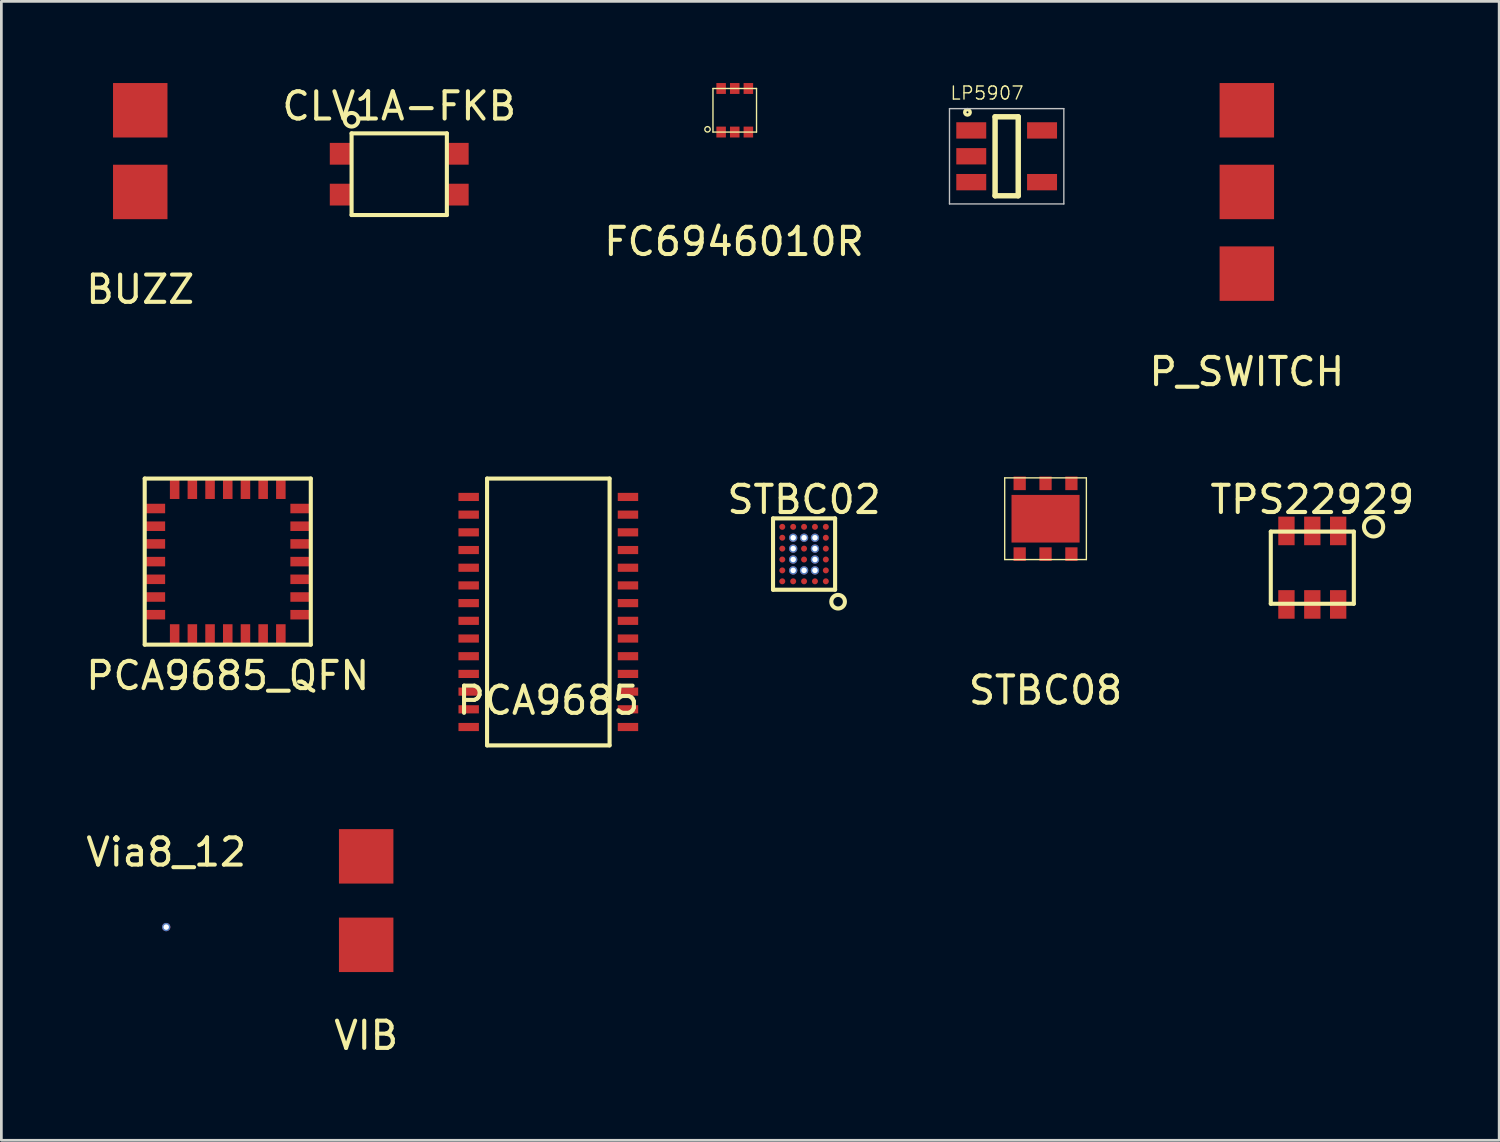
<source format=kicad_pcb>
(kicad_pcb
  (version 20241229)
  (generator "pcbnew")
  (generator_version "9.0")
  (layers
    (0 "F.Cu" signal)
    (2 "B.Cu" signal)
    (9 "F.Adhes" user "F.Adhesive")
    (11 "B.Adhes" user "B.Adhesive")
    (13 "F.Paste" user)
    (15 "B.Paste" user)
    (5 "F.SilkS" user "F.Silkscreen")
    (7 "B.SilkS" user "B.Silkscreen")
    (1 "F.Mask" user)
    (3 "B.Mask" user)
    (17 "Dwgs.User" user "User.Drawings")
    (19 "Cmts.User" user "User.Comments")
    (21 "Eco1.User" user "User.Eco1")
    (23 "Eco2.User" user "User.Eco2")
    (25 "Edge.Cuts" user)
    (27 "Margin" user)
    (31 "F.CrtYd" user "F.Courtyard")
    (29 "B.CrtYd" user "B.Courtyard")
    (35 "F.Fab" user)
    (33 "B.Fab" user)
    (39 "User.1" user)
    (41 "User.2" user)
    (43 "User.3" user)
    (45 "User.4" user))
  (footprint "P_SWITCH"
    (layer "F.Cu")
    (at 42.744 4)
    (property "Reference" "P_SWITCH" (at 0 6.604 0) (layer "F.SilkS") (effects (font (size 1 1) (thickness 0.15))))
    (attr through_hole)
    (pad "1" smd rect (at 0 -3) (size 2 2) (layers "F.Cu" "F.Mask" "F.Paste"))
    (pad "2" smd rect (at 0 0) (size 2 2) (layers "F.Cu" "F.Mask" "F.Paste"))
    (pad "3" smd rect (at 0 3) (size 2 2) (layers "F.Cu" "F.Mask" "F.Paste")))
  (footprint "STBC02"
    (layer "F.Cu")
    (at 26.482 17.3)
    (property "Reference" "STBC02" (at 0 -2 0) (layer "F.SilkS") (effects (font (size 1 1) (thickness 0.15))))
    (attr through_hole)
    (fp_line (start -1.14 -1.31) (end -1.14 1.31) (stroke (width 0.15) (type solid)) (layer "F.SilkS"))
    (fp_line (start -1.14 -1.31) (end 1.14 -1.31) (stroke (width 0.15) (type solid)) (layer "F.SilkS"))
    (fp_line (start -1.14 1.31) (end 1.14 1.31) (stroke (width 0.15) (type solid)) (layer "F.SilkS"))
    (fp_line (start 1.14 -1.31) (end 1.14 1.31) (stroke (width 0.15) (type solid)) (layer "F.SilkS"))
    (fp_circle (center 1.25 1.75) (end 1.5 1.75) (stroke (width 0.15) (type solid)) (fill no) (layer "F.SilkS"))
    (pad "A1" smd circle (at 0.8 1) (size 0.22 0.22) (layers "F.Cu" "F.Mask" "F.Paste"))
    (pad "A2" smd circle (at 0.4 1) (size 0.22 0.22) (layers "F.Cu" "F.Mask" "F.Paste"))
    (pad "A3" smd circle (at 0 1) (size 0.22 0.22) (layers "F.Cu" "F.Mask" "F.Paste"))
    (pad "A4" smd circle (at -0.4 1) (size 0.22 0.22) (layers "F.Cu" "F.Mask" "F.Paste"))
    (pad "A5" smd circle (at -0.8 1) (size 0.22 0.22) (layers "F.Cu" "F.Mask" "F.Paste"))
    (pad "B1" smd circle (at 0.8 0.6) (size 0.22 0.22) (layers "F.Cu" "F.Mask" "F.Paste"))
    (pad "B2" thru_hole circle (at 0.4 0.6) (size 0.305 0.305) (drill 0.203) (layers "*.Cu" "*.Mask"))
    (pad "B3" thru_hole circle (at 0 0.6) (size 0.305 0.305) (drill 0.203) (layers "*.Cu" "*.Mask"))
    (pad "B4" thru_hole circle (at -0.4 0.6) (size 0.305 0.305) (drill 0.203) (layers "*.Cu" "*.Mask"))
    (pad "B5" smd circle (at -0.8 0.6) (size 0.22 0.22) (layers "F.Cu" "F.Mask" "F.Paste"))
    (pad "C1" smd circle (at 0.8 0.2) (size 0.22 0.22) (layers "F.Cu" "F.Mask" "F.Paste"))
    (pad "C2" thru_hole circle (at 0.4 0.2) (size 0.305 0.305) (drill 0.203) (layers "*.Cu" "*.Mask"))
    (pad "C3" smd circle (at 0 0.2) (size 0.22 0.22) (layers "F.Cu" "F.Mask" "F.Paste"))
    (pad "C4" thru_hole circle (at -0.4 0.2) (size 0.305 0.305) (drill 0.203) (layers "*.Cu" "*.Mask"))
    (pad "C5" smd circle (at -0.8 0.2) (size 0.22 0.22) (layers "F.Cu" "F.Mask" "F.Paste"))
    (pad "D1" smd circle (at 0.8 -0.2) (size 0.22 0.22) (layers "F.Cu" "F.Mask" "F.Paste"))
    (pad "D2" thru_hole circle (at 0.4 -0.2) (size 0.305 0.305) (drill 0.203) (layers "*.Cu" "*.Mask"))
    (pad "D3" smd circle (at 0 -0.2) (size 0.22 0.22) (layers "F.Cu" "F.Mask" "F.Paste"))
    (pad "D4" thru_hole circle (at -0.4 -0.2) (size 0.305 0.305) (drill 0.203) (layers "*.Cu" "*.Mask"))
    (pad "D5" smd circle (at -0.8 -0.2) (size 0.22 0.22) (layers "F.Cu" "F.Mask" "F.Paste"))
    (pad "E1" smd circle (at 0.8 -0.6) (size 0.22 0.22) (layers "F.Cu" "F.Mask" "F.Paste"))
    (pad "E2" thru_hole circle (at 0.4 -0.6) (size 0.305 0.305) (drill 0.203) (layers "*.Cu" "*.Mask"))
    (pad "E3" thru_hole circle (at 0 -0.6) (size 0.305 0.305) (drill 0.203) (layers "*.Cu" "*.Mask"))
    (pad "E4" thru_hole circle (at -0.4 -0.6) (size 0.305 0.305) (drill 0.203) (layers "*.Cu" "*.Mask"))
    (pad "E5" smd circle (at -0.8 -0.6) (size 0.22 0.22) (layers "F.Cu" "F.Mask" "F.Paste"))
    (pad "F1" smd circle (at 0.8 -1) (size 0.22 0.22) (layers "F.Cu" "F.Mask" "F.Paste"))
    (pad "F2" smd circle (at 0.4 -1) (size 0.22 0.22) (layers "F.Cu" "F.Mask" "F.Paste"))
    (pad "F3" smd circle (at 0 -1) (size 0.22 0.22) (layers "F.Cu" "F.Mask" "F.Paste"))
    (pad "F4" smd circle (at -0.4 -1) (size 0.22 0.22) (layers "F.Cu" "F.Mask" "F.Paste"))
    (pad "F5" smd circle (at -0.8 -1) (size 0.22 0.22) (layers "F.Cu" "F.Mask" "F.Paste")))
  (footprint "CLV1A-FKB"
    (layer "F.Cu")
    (at 11.613 3.348)
    (property "Reference" "CLV1A-FKB" (at 0 -2.5 0) (layer "F.SilkS") (effects (font (size 1 1) (thickness 0.15))))
    (attr through_hole)
    (fp_line (start -1.75 -1.5) (end -1.75 1.5) (stroke (width 0.15) (type solid)) (layer "F.SilkS"))
    (fp_line (start -1.75 -1.5) (end 1.75 -1.5) (stroke (width 0.15) (type solid)) (layer "F.SilkS"))
    (fp_line (start -1.75 1.5) (end 1.75 1.5) (stroke (width 0.15) (type solid)) (layer "F.SilkS"))
    (fp_line (start 1.75 -1.5) (end 1.75 1.5) (stroke (width 0.15) (type solid)) (layer "F.SilkS"))
    (fp_circle (center -1.75 -2) (end -1.5 -2) (stroke (width 0.15) (type solid)) (fill no) (layer "F.SilkS"))
    (pad "1" smd rect (at -2.125 -0.75) (size 0.85 0.8) (layers "F.Cu" "F.Mask" "F.Paste"))
    (pad "2" smd rect (at -2.125 0.75) (size 0.85 0.8) (layers "F.Cu" "F.Mask" "F.Paste"))
    (pad "3" smd rect (at 2.125 0.75) (size 0.85 0.8) (layers "F.Cu" "F.Mask" "F.Paste"))
    (pad "4" smd rect (at 2.125 -0.75) (size 0.85 0.8) (layers "F.Cu" "F.Mask" "F.Paste")))
  (footprint "Via8_12"
    (layer "F.Cu")
    (at 3.054 31)
    (property "Reference" "Via8_12" (at 0 -2.75 0) (layer "F.SilkS") (effects (font (size 1 1) (thickness 0.15))))
    (attr through_hole)
    (pad "1" thru_hole circle (at 0 0) (size 0.305 0.305) (drill 0.203) (layers "*.Cu" "*.Mask")))
  (footprint "VIB"
    (layer "F.Cu")
    (at 10.399 29.902)
    (property "Reference" "VIB" (at 0 5.08 0) (layer "F.SilkS") (effects (font (size 1 1) (thickness 0.15))))
    (attr through_hole)
    (pad "1" smd rect (at 0 -1.5) (size 2 2) (layers "F.Cu" "F.Mask" "F.Paste"))
    (pad "2" smd rect (at 0 1.75) (size 2 2) (layers "F.Cu" "F.Mask" "F.Paste")))
  (footprint "FC6946010R"
    (layer "F.Cu")
    (at 23.936 1)
    (property "Reference" "FC6946010R" (at -0.025 4.825 0) (layer "F.SilkS") (effects (font (size 1 1) (thickness 0.15))))
    (attr through_hole)
    (fp_line (start -0.8 -0.8) (end 0.8 -0.8) (stroke (width 0.05) (type solid)) (layer "F.SilkS"))
    (fp_line (start -0.8 0.8) (end -0.8 -0.8) (stroke (width 0.05) (type solid)) (layer "F.SilkS"))
    (fp_line (start 0.8 -0.8) (end 0.8 0.8) (stroke (width 0.05) (type solid)) (layer "F.SilkS"))
    (fp_line (start 0.8 0.8) (end -0.8 0.8) (stroke (width 0.05) (type solid)) (layer "F.SilkS"))
    (fp_circle (center -1 0.7) (end -1 0.6) (stroke (width 0.05) (type solid)) (fill no) (layer "F.SilkS"))
    (pad "1" smd rect (at -0.5 0.8) (size 0.35 0.4) (layers "F.Cu" "F.Mask" "F.Paste"))
    (pad "2" smd rect (at 0 0.8) (size 0.35 0.4) (layers "F.Cu" "F.Mask" "F.Paste"))
    (pad "3" smd rect (at 0.5 0.8) (size 0.35 0.4) (layers "F.Cu" "F.Mask" "F.Paste"))
    (pad "4" smd rect (at 0.5 -0.8) (size 0.35 0.4) (layers "F.Cu" "F.Mask" "F.Paste"))
    (pad "5" smd rect (at 0 -0.8) (size 0.35 0.4) (layers "F.Cu" "F.Mask" "F.Paste"))
    (pad "6" smd rect (at -0.5 -0.8) (size 0.35 0.4) (layers "F.Cu" "F.Mask" "F.Paste")))
  (footprint "TPS22929"
    (layer "F.Cu")
    (at 45.149 17.8)
    (property "Reference" "TPS22929" (at 0 -2.5 0) (layer "F.SilkS") (effects (font (size 1 1) (thickness 0.15))))
    (attr through_hole)
    (fp_line (start -1.525 -1.325) (end -1.525 1.325) (stroke (width 0.15) (type solid)) (layer "F.SilkS"))
    (fp_line (start -1.525 -1.325) (end 1.525 -1.325) (stroke (width 0.15) (type solid)) (layer "F.SilkS"))
    (fp_line (start -1.525 1.325) (end 1.525 1.325) (stroke (width 0.15) (type solid)) (layer "F.SilkS"))
    (fp_line (start 1.525 -1.325) (end 1.525 1.325) (stroke (width 0.15) (type solid)) (layer "F.SilkS"))
    (fp_circle (center 2.25 -1.5) (end 2 -1.75) (stroke (width 0.15) (type solid)) (fill no) (layer "F.SilkS"))
    (pad "1" smd rect (at 0.95 -1.35) (size 0.6 1.05) (layers "F.Cu" "F.Mask" "F.Paste"))
    (pad "2" smd rect (at 0 -1.35) (size 0.6 1.05) (layers "F.Cu" "F.Mask" "F.Paste"))
    (pad "3" smd rect (at -0.95 -1.35) (size 0.6 1.05) (layers "F.Cu" "F.Mask" "F.Paste"))
    (pad "4" smd rect (at -0.95 1.35) (size 0.6 1.05) (layers "F.Cu" "F.Mask" "F.Paste"))
    (pad "5" smd rect (at 0 1.35) (size 0.6 1.05) (layers "F.Cu" "F.Mask" "F.Paste"))
    (pad "6" smd rect (at 0.95 1.35) (size 0.6 1.05) (layers "F.Cu" "F.Mask" "F.Paste")))
  (footprint "PCA9685"
    (layer "F.Cu")
    (at 17.089 19.427)
    (property "Reference" "PCA9685" (at 0 3.25 0) (layer "F.SilkS") (effects (font (size 1 1) (thickness 0.15))))
    (attr through_hole)
    (fp_line (start -2.25 -4.9) (end 2.25 -4.9) (stroke (width 0.15) (type solid)) (layer "F.SilkS"))
    (fp_line (start -2.25 4.9) (end -2.25 -4.9) (stroke (width 0.15) (type solid)) (layer "F.SilkS"))
    (fp_line (start 2.25 -4.9) (end 2.25 4.9) (stroke (width 0.15) (type solid)) (layer "F.SilkS"))
    (fp_line (start 2.25 4.9) (end -2.25 4.9) (stroke (width 0.15) (type solid)) (layer "F.SilkS"))
    (pad "1" smd rect (at -2.925 -4.225) (size 0.75 0.3) (layers "F.Cu" "F.Mask" "F.Paste"))
    (pad "2" smd rect (at -2.925 -3.575) (size 0.75 0.3) (layers "F.Cu" "F.Mask" "F.Paste"))
    (pad "3" smd rect (at -2.925 -2.925) (size 0.75 0.3) (layers "F.Cu" "F.Mask" "F.Paste"))
    (pad "4" smd rect (at -2.925 -2.275) (size 0.75 0.3) (layers "F.Cu" "F.Mask" "F.Paste"))
    (pad "5" smd rect (at -2.925 -1.625) (size 0.75 0.3) (layers "F.Cu" "F.Mask" "F.Paste"))
    (pad "6" smd rect (at -2.925 -0.975) (size 0.75 0.3) (layers "F.Cu" "F.Mask" "F.Paste"))
    (pad "7" smd rect (at -2.925 -0.325) (size 0.75 0.3) (layers "F.Cu" "F.Mask" "F.Paste"))
    (pad "8" smd rect (at -2.925 0.325) (size 0.75 0.3) (layers "F.Cu" "F.Mask" "F.Paste"))
    (pad "9" smd rect (at -2.925 0.975) (size 0.75 0.3) (layers "F.Cu" "F.Mask" "F.Paste"))
    (pad "10" smd rect (at -2.925 1.625) (size 0.75 0.3) (layers "F.Cu" "F.Mask" "F.Paste"))
    (pad "11" smd rect (at -2.925 2.275) (size 0.75 0.3) (layers "F.Cu" "F.Mask" "F.Paste"))
    (pad "12" smd rect (at -2.925 2.925) (size 0.75 0.3) (layers "F.Cu" "F.Mask" "F.Paste"))
    (pad "13" smd rect (at -2.925 3.575) (size 0.75 0.3) (layers "F.Cu" "F.Mask" "F.Paste"))
    (pad "14" smd rect (at -2.925 4.225) (size 0.75 0.3) (layers "F.Cu" "F.Mask" "F.Paste"))
    (pad "15" smd rect (at 2.925 4.225) (size 0.75 0.3) (layers "F.Cu" "F.Mask" "F.Paste"))
    (pad "16" smd rect (at 2.925 3.575) (size 0.75 0.3) (layers "F.Cu" "F.Mask" "F.Paste"))
    (pad "17" smd rect (at 2.925 2.925) (size 0.75 0.3) (layers "F.Cu" "F.Mask" "F.Paste"))
    (pad "18" smd rect (at 2.925 2.275) (size 0.75 0.3) (layers "F.Cu" "F.Mask" "F.Paste"))
    (pad "19" smd rect (at 2.925 1.625) (size 0.75 0.3) (layers "F.Cu" "F.Mask" "F.Paste"))
    (pad "20" smd rect (at 2.925 0.975) (size 0.75 0.3) (layers "F.Cu" "F.Mask" "F.Paste"))
    (pad "21" smd rect (at 2.925 0.325) (size 0.75 0.3) (layers "F.Cu" "F.Mask" "F.Paste"))
    (pad "22" smd rect (at 2.925 -0.325) (size 0.75 0.3) (layers "F.Cu" "F.Mask" "F.Paste"))
    (pad "23" smd rect (at 2.925 -0.975) (size 0.75 0.3) (layers "F.Cu" "F.Mask" "F.Paste"))
    (pad "24" smd rect (at 2.925 -1.625) (size 0.75 0.3) (layers "F.Cu" "F.Mask" "F.Paste"))
    (pad "25" smd rect (at 2.925 -2.275) (size 0.75 0.3) (layers "F.Cu" "F.Mask" "F.Paste"))
    (pad "26" smd rect (at 2.925 -2.925) (size 0.75 0.3) (layers "F.Cu" "F.Mask" "F.Paste"))
    (pad "27" smd rect (at 2.925 -3.575) (size 0.75 0.3) (layers "F.Cu" "F.Mask" "F.Paste"))
    (pad "28" smd rect (at 2.925 -4.225) (size 0.75 0.3) (layers "F.Cu" "F.Mask" "F.Paste")))
  (footprint "STBC08"
    (layer "F.Cu")
    (at 35.351 16.002)
    (property "Reference" "STBC08" (at 0 6.3 0) (layer "F.SilkS") (effects (font (size 1 1) (thickness 0.15))))
    (attr through_hole)
    (fp_line (start -1.5 -1.5) (end 1.5 -1.5) (stroke (width 0.05) (type solid)) (layer "F.SilkS"))
    (fp_line (start -1.5 1.5) (end -1.5 -1.5) (stroke (width 0.05) (type solid)) (layer "F.SilkS"))
    (fp_line (start 1.5 -1.5) (end 1.5 1.5) (stroke (width 0.05) (type solid)) (layer "F.SilkS"))
    (fp_line (start 1.5 1.5) (end -1.5 1.5) (stroke (width 0.05) (type solid)) (layer "F.SilkS"))
    (pad "1" smd rect (at -0.95 1.3) (size 0.45 0.5) (layers "F.Cu" "F.Mask" "F.Paste"))
    (pad "2" smd rect (at 0 1.3) (size 0.45 0.5) (layers "F.Cu" "F.Mask" "F.Paste"))
    (pad "3" smd rect (at 0.95 1.3) (size 0.45 0.5) (layers "F.Cu" "F.Mask" "F.Paste"))
    (pad "4" smd rect (at 0.95 -1.3) (size 0.45 0.5) (layers "F.Cu" "F.Mask" "F.Paste"))
    (pad "5" smd rect (at 0 -1.3) (size 0.45 0.5) (layers "F.Cu" "F.Mask" "F.Paste"))
    (pad "6" smd rect (at -0.95 -1.3) (size 0.45 0.5) (layers "F.Cu" "F.Mask" "F.Paste"))
    (pad "7" smd rect (at 0 0) (size 2.5 1.75) (layers "F.Cu" "F.Mask" "F.Paste")))
  (footprint "LP5907"
    (layer "F.Cu")
    (at 33.923 2.69)
    (property "Reference" "LP5907" (at -0.722 -2.322 0) (layer "F.SilkS") (effects (font (size 0.48 0.48) (thickness 0.05))))
    (attr smd)
    (fp_line (start -0.425 -1.45) (end 0.425 -1.45) (stroke (width 0.2) (type solid)) (layer "F.SilkS"))
    (fp_line (start -0.425 1.45) (end -0.425 -1.45) (stroke (width 0.2) (type solid)) (layer "F.SilkS"))
    (fp_line (start 0.425 -1.45) (end 0.425 1.45) (stroke (width 0.2) (type solid)) (layer "F.SilkS"))
    (fp_line (start 0.425 1.45) (end -0.425 1.45) (stroke (width 0.2) (type solid)) (layer "F.SilkS"))
    (fp_circle (center -1.44 -1.616) (end -1.34 -1.616) (stroke (width 0.127) (type solid)) (fill no) (layer "F.SilkS"))
    (fp_line (start -2.1 -1.75) (end 2.1 -1.75) (stroke (width 0.05) (type solid)) (layer "Dwgs.User"))
    (fp_line (start -2.1 1.75) (end -2.1 -1.75) (stroke (width 0.05) (type solid)) (layer "Dwgs.User"))
    (fp_line (start 2.1 -1.75) (end 2.1 1.75) (stroke (width 0.05) (type solid)) (layer "Dwgs.User"))
    (fp_line (start 2.1 1.75) (end -2.1 1.75) (stroke (width 0.05) (type solid)) (layer "Dwgs.User"))
    (pad "1" smd rect (at -1.3 -0.95) (size 1.1 0.6) (layers "F.Cu" "F.Mask" "F.Paste"))
    (pad "2" smd rect (at -1.3 0) (size 1.1 0.6) (layers "F.Cu" "F.Mask" "F.Paste"))
    (pad "3" smd rect (at -1.3 0.95) (size 1.1 0.6) (layers "F.Cu" "F.Mask" "F.Paste"))
    (pad "4" smd rect (at 1.3 0.95) (size 1.1 0.6) (layers "F.Cu" "F.Mask" "F.Paste"))
    (pad "5" smd rect (at 1.3 -0.95) (size 1.1 0.6) (layers "F.Cu" "F.Mask" "F.Paste")))
  (footprint "BUZZ"
    (layer "F.Cu")
    (at 2.101 2.5)
    (property "Reference" "BUZZ" (at 0 5.08 0) (layer "F.SilkS") (effects (font (size 1 1) (thickness 0.15))))
    (attr through_hole)
    (pad "1" smd rect (at 0 -1.5) (size 2 2) (layers "F.Cu" "F.Mask" "F.Paste"))
    (pad "2" smd rect (at 0 1.5) (size 2 2) (layers "F.Cu" "F.Mask" "F.Paste")))
  (footprint "PCA9685_QFN"
    (layer "F.Cu")
    (at 5.315 17.577)
    (property "Reference" "PCA9685_QFN" (at 0 4.191 0) (layer "F.SilkS") (effects (font (size 1 1) (thickness 0.15))))
    (attr through_hole)
    (fp_line (start -3.05 -3.05) (end 3.05 -3.05) (stroke (width 0.15) (type solid)) (layer "F.SilkS"))
    (fp_line (start -3.05 3.05) (end -3.05 -3.05) (stroke (width 0.15) (type solid)) (layer "F.SilkS"))
    (fp_line (start 3.05 -3.05) (end 3.05 3.05) (stroke (width 0.15) (type solid)) (layer "F.SilkS"))
    (fp_line (start 3.05 3.05) (end -3.05 3.05) (stroke (width 0.15) (type solid)) (layer "F.SilkS"))
    (pad "1" smd rect (at -2.675 -1.95) (size 0.75 0.35) (layers "F.Cu" "F.Mask" "F.Paste"))
    (pad "2" smd rect (at -2.675 -1.3) (size 0.75 0.35) (layers "F.Cu" "F.Mask" "F.Paste"))
    (pad "3" smd rect (at -2.675 -0.65) (size 0.75 0.35) (layers "F.Cu" "F.Mask" "F.Paste"))
    (pad "4" smd rect (at -2.675 0) (size 0.75 0.35) (layers "F.Cu" "F.Mask" "F.Paste"))
    (pad "5" smd rect (at -2.675 0.65) (size 0.75 0.35) (layers "F.Cu" "F.Mask" "F.Paste"))
    (pad "6" smd rect (at -2.675 1.3) (size 0.75 0.35) (layers "F.Cu" "F.Mask" "F.Paste"))
    (pad "7" smd rect (at -2.675 1.95) (size 0.75 0.35) (layers "F.Cu" "F.Mask" "F.Paste"))
    (pad "8" smd rect (at -1.95 2.675) (size 0.35 0.75) (layers "F.Cu" "F.Mask" "F.Paste"))
    (pad "9" smd rect (at -1.3 2.675) (size 0.35 0.75) (layers "F.Cu" "F.Mask" "F.Paste"))
    (pad "10" smd rect (at -0.65 2.675) (size 0.35 0.75) (layers "F.Cu" "F.Mask" "F.Paste"))
    (pad "11" smd rect (at 0 2.675) (size 0.35 0.75) (layers "F.Cu" "F.Mask" "F.Paste"))
    (pad "12" smd rect (at 0.65 2.675) (size 0.35 0.75) (layers "F.Cu" "F.Mask" "F.Paste"))
    (pad "13" smd rect (at 1.3 2.675) (size 0.35 0.75) (layers "F.Cu" "F.Mask" "F.Paste"))
    (pad "14" smd rect (at 1.95 2.675) (size 0.35 0.75) (layers "F.Cu" "F.Mask" "F.Paste"))
    (pad "15" smd rect (at 2.675 1.95) (size 0.75 0.35) (layers "F.Cu" "F.Mask" "F.Paste"))
    (pad "16" smd rect (at 2.675 1.3) (size 0.75 0.35) (layers "F.Cu" "F.Mask" "F.Paste"))
    (pad "17" smd rect (at 2.675 0.65) (size 0.75 0.35) (layers "F.Cu" "F.Mask" "F.Paste"))
    (pad "18" smd rect (at 2.675 0) (size 0.75 0.35) (layers "F.Cu" "F.Mask" "F.Paste"))
    (pad "19" smd rect (at 2.675 -0.65) (size 0.75 0.35) (layers "F.Cu" "F.Mask" "F.Paste"))
    (pad "20" smd rect (at 2.675 -1.3) (size 0.75 0.35) (layers "F.Cu" "F.Mask" "F.Paste"))
    (pad "21" smd rect (at 2.675 -1.95) (size 0.75 0.35) (layers "F.Cu" "F.Mask" "F.Paste"))
    (pad "22" smd rect (at 1.95 -2.675) (size 0.35 0.75) (layers "F.Cu" "F.Mask" "F.Paste"))
    (pad "23" smd rect (at 1.3 -2.675) (size 0.35 0.75) (layers "F.Cu" "F.Mask" "F.Paste"))
    (pad "24" smd rect (at 0.65 -2.675) (size 0.35 0.75) (layers "F.Cu" "F.Mask" "F.Paste"))
    (pad "25" smd rect (at 0 -2.675) (size 0.35 0.75) (layers "F.Cu" "F.Mask" "F.Paste"))
    (pad "26" smd rect (at -0.65 -2.675) (size 0.35 0.75) (layers "F.Cu" "F.Mask" "F.Paste"))
    (pad "27" smd rect (at -1.3 -2.675) (size 0.35 0.75) (layers "F.Cu" "F.Mask" "F.Paste"))
    (pad "28" smd rect (at -1.95 -2.675) (size 0.35 0.75) (layers "F.Cu" "F.Mask" "F.Paste")))
  (gr_rect
    (start -3 -3)
    (end 52.012 38.831)
    (stroke (width 0.1) (type default))
    (fill no)
    (layer "Edge.Cuts")))
</source>
